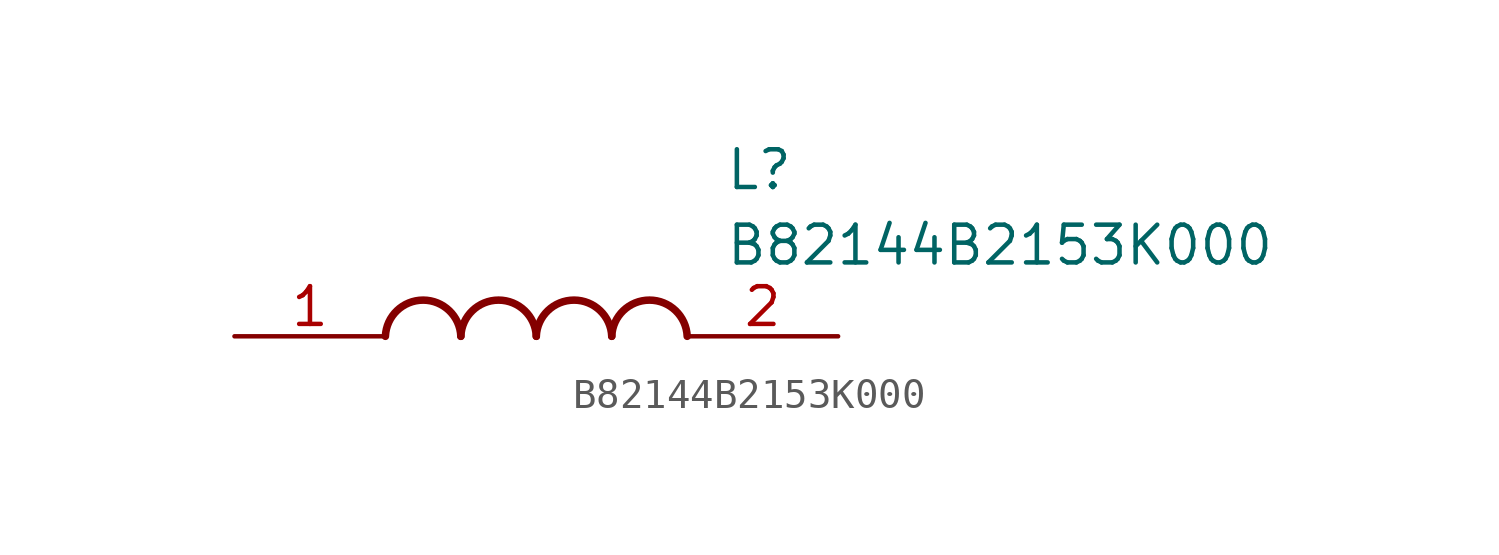
<source format=kicad_sym>
(kicad_symbol_lib
  (version 20211014)
  (generator SamacSys_ECAD_Model)
  (symbol "B82144B2153K000"
    (pin_names hide)
    (property "Reference" "L"
      (at 16.51 6.35 0)
      (effects (font (size 1.27 1.27)) (justify left top)))
    (property "Value" "B82144B2153K000"
      (at 16.51 3.81 0)
      (effects (font (size 1.27 1.27)) (justify left top)))
    (arc
      (start 7.62 0)
      (mid 6.35 1.219)
      (end 5.08 0)
      (stroke (width 0.254) (type default))
      (fill (type none)))
    (arc
      (start 10.16 0)
      (mid 8.89 1.219)
      (end 7.62 0)
      (stroke (width 0.254) (type default))
      (fill (type none)))
    (arc
      (start 12.7 0)
      (mid 11.43 1.219)
      (end 10.16 0)
      (stroke (width 0.254) (type default))
      (fill (type none)))
    (arc
      (start 15.24 0)
      (mid 13.97 1.219)
      (end 12.7 0)
      (stroke (width 0.254) (type default))
      (fill (type none)))
    (pin passive line
      (at 0 0 0)
      (length 5.08)
      (name "1" (effects (font (size 1.27 1.27))))
      (number "1" (effects (font (size 1.27 1.27)))))
    (pin passive line
      (at 20.32 0 180)
      (length 5.08)
      (name "2" (effects (font (size 1.27 1.27))))
      (number "2" (effects (font (size 1.27 1.27)))))))
</source>
